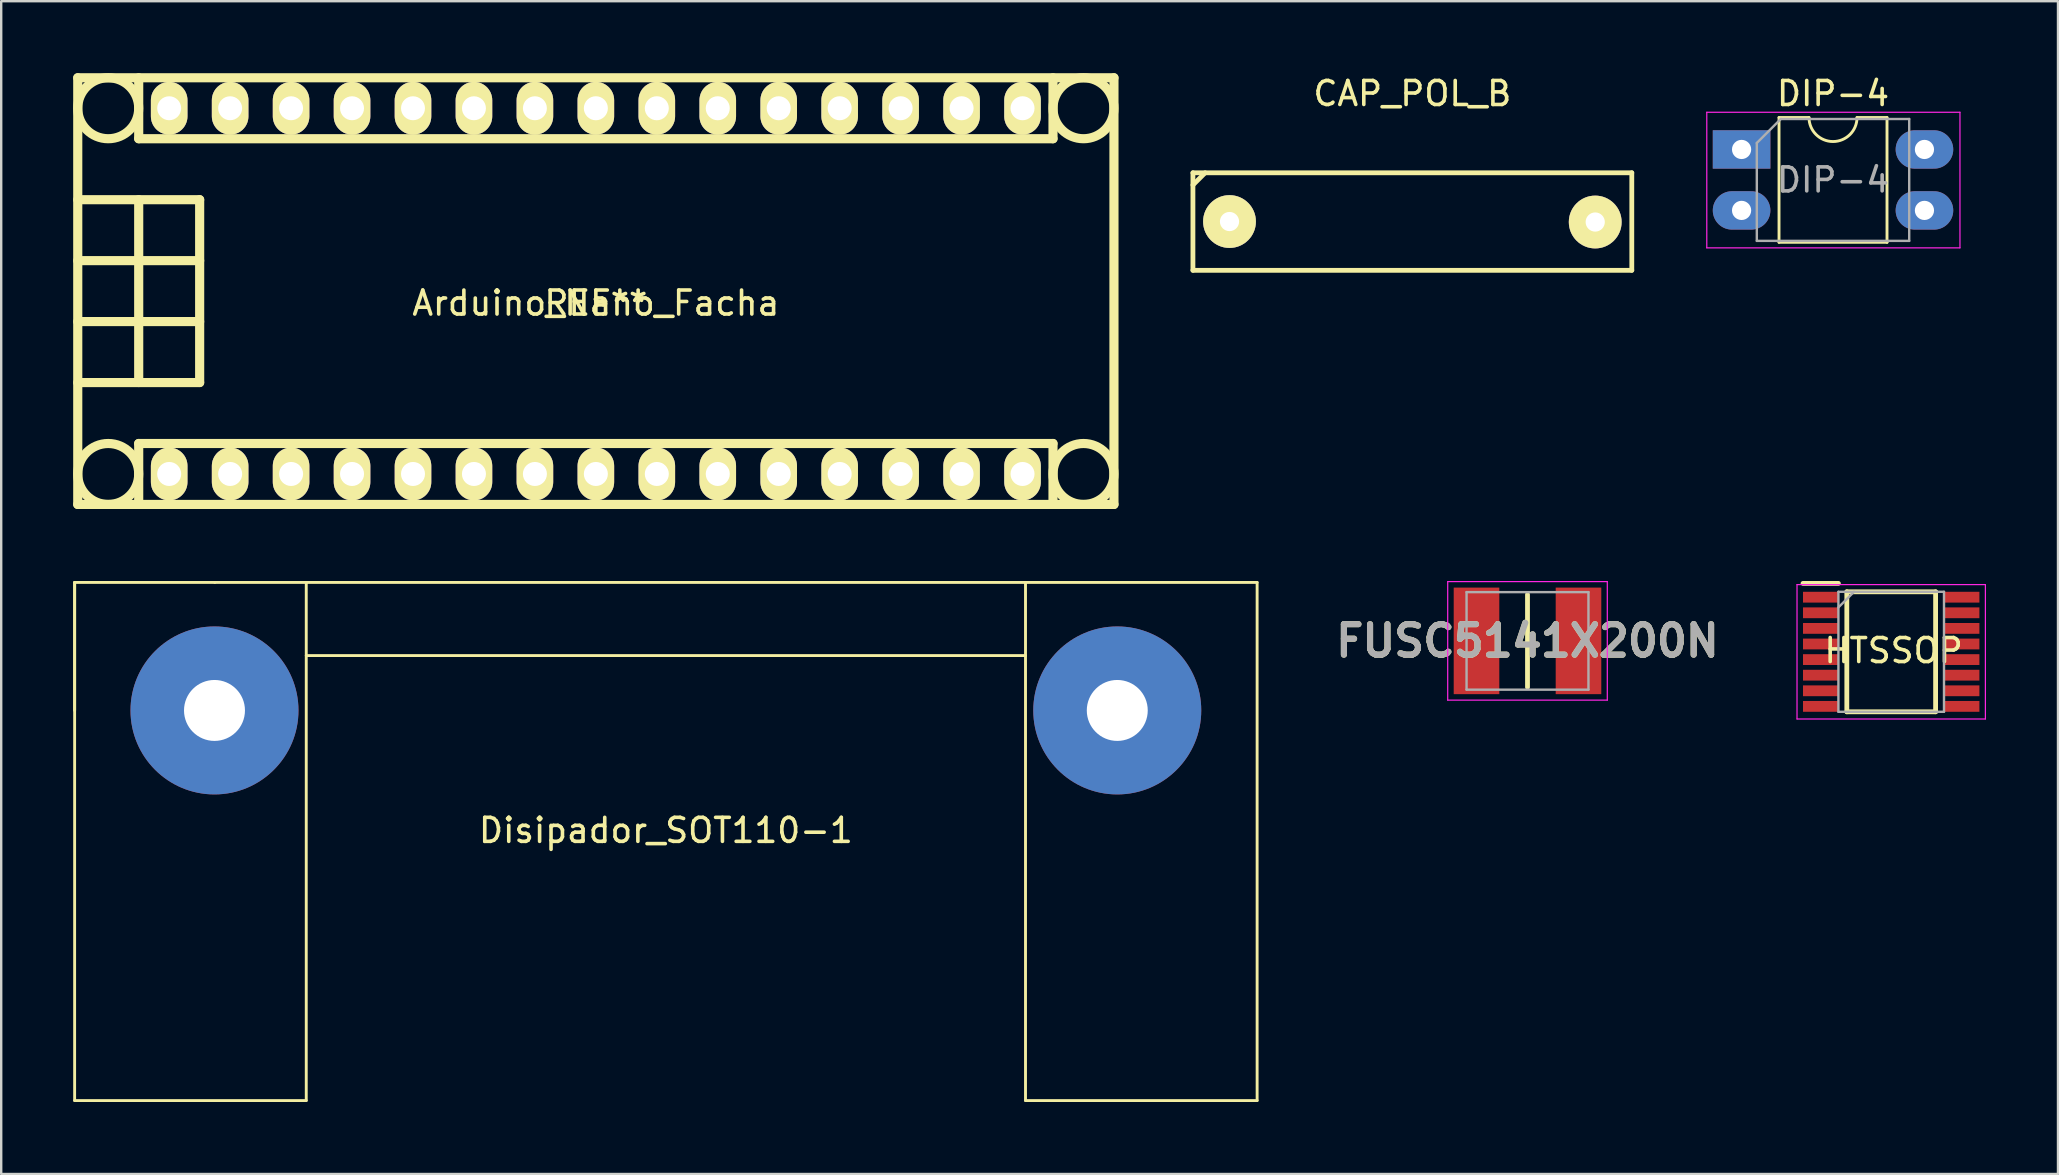
<source format=kicad_pcb>
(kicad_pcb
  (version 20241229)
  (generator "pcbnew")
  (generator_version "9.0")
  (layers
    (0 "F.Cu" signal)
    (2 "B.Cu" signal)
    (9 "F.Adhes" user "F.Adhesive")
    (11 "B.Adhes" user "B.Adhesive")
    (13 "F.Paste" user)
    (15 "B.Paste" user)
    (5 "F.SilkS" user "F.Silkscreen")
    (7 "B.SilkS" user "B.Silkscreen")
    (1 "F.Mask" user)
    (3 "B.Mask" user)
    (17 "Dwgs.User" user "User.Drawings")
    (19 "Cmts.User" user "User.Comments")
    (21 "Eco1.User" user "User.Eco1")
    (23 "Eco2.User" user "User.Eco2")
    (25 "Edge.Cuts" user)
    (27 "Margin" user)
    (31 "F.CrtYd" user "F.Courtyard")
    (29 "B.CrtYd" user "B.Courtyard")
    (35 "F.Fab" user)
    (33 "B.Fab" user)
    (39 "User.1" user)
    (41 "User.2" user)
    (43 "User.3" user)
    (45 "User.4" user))
  (footprint "FUSC5141X200N"
    (layer "F.Cu")
    (at 60.603 23.656)
    (property "Reference" "FUSC5141X200N" (at 0 0 0) (layer "F.SilkS") (effects (font (size 1.27 1.27) (thickness 0.254))))
    (attr smd)
    (fp_line (start 0 -1.932) (end 0 1.932) (stroke (width 0.2) (type solid)) (layer "F.SilkS"))
    (fp_line (start -3.325 -2.47) (end 3.325 -2.47) (stroke (width 0.05) (type solid)) (layer "F.CrtYd"))
    (fp_line (start -3.325 2.47) (end -3.325 -2.47) (stroke (width 0.05) (type solid)) (layer "F.CrtYd"))
    (fp_line (start 3.325 -2.47) (end 3.325 2.47) (stroke (width 0.05) (type solid)) (layer "F.CrtYd"))
    (fp_line (start 3.325 2.47) (end -3.325 2.47) (stroke (width 0.05) (type solid)) (layer "F.CrtYd"))
    (fp_line (start -2.54 -2.032) (end 2.54 -2.032) (stroke (width 0.1) (type solid)) (layer "F.Fab"))
    (fp_line (start -2.54 2.032) (end -2.54 -2.032) (stroke (width 0.1) (type solid)) (layer "F.Fab"))
    (fp_line (start 2.54 -2.032) (end 2.54 2.032) (stroke (width 0.1) (type solid)) (layer "F.Fab"))
    (fp_line (start 2.54 2.032) (end -2.54 2.032) (stroke (width 0.1) (type solid)) (layer "F.Fab"))
    (fp_text user "${REFERENCE}" (at 0 0 0) (layer "F.Fab") (effects (font (size 1.27 1.27) (thickness 0.254))))
    (pad "1" smd rect (at -2.125 0) (size 1.9 4.44) (layers "F.Cu" "F.Mask" "F.Paste"))
    (pad "2" smd rect (at 2.125 0) (size 1.9 4.44) (layers "F.Cu" "F.Mask" "F.Paste")))
  (footprint "Arduino_Nano_Facha"
    (layer "F.Cu")
    (at 21.78 9.081)
    (property "Reference" "Arduino_Nano_Facha" (at 0 0.5 0) (layer "F.SilkS") (effects (font (size 1 1) (thickness 0.15))))
    (attr through_hole)
    (fp_line (start -21.59 -3.81) (end -16.51 -3.81) (stroke (width 0.381) (type solid)) (layer "F.SilkS"))
    (fp_line (start -21.59 8.89) (end -21.59 -8.89) (stroke (width 0.381) (type solid)) (layer "F.SilkS"))
    (fp_line (start -21.59 8.89) (end 21.59 8.89) (stroke (width 0.381) (type solid)) (layer "F.SilkS"))
    (fp_line (start -19.05 -8.89) (end -19.05 -6.35) (stroke (width 0.381) (type solid)) (layer "F.SilkS"))
    (fp_line (start -19.05 -3.81) (end -19.05 3.81) (stroke (width 0.381) (type solid)) (layer "F.SilkS"))
    (fp_line (start -19.05 6.35) (end 19.05 6.35) (stroke (width 0.381) (type solid)) (layer "F.SilkS"))
    (fp_line (start -19.05 8.89) (end -19.05 6.35) (stroke (width 0.381) (type solid)) (layer "F.SilkS"))
    (fp_line (start -16.51 -3.81) (end -16.51 3.81) (stroke (width 0.381) (type solid)) (layer "F.SilkS"))
    (fp_line (start -16.51 -1.27) (end -21.59 -1.27) (stroke (width 0.381) (type solid)) (layer "F.SilkS"))
    (fp_line (start -16.51 1.27) (end -21.59 1.27) (stroke (width 0.381) (type solid)) (layer "F.SilkS"))
    (fp_line (start -16.51 3.81) (end -21.59 3.81) (stroke (width 0.381) (type solid)) (layer "F.SilkS"))
    (fp_line (start 19.05 -6.35) (end -19.05 -6.35) (stroke (width 0.381) (type solid)) (layer "F.SilkS"))
    (fp_line (start 19.05 -6.35) (end 19.05 -8.89) (stroke (width 0.381) (type solid)) (layer "F.SilkS"))
    (fp_line (start 19.05 8.89) (end 19.05 6.35) (stroke (width 0.381) (type solid)) (layer "F.SilkS"))
    (fp_line (start 21.59 -8.89) (end -21.59 -8.89) (stroke (width 0.381) (type solid)) (layer "F.SilkS"))
    (fp_line (start 21.59 8.89) (end 21.59 -8.89) (stroke (width 0.381) (type solid)) (layer "F.SilkS"))
    (fp_circle (center -20.32 -7.62) (end -21.59 -7.62) (stroke (width 0.381) (type solid)) (fill no) (layer "F.SilkS"))
    (fp_circle (center -20.32 7.62) (end -21.59 7.62) (stroke (width 0.381) (type solid)) (fill no) (layer "F.SilkS"))
    (fp_circle (center 20.32 -7.62) (end 21.59 -7.62) (stroke (width 0.381) (type solid)) (fill no) (layer "F.SilkS"))
    (fp_circle (center 20.32 7.62) (end 21.59 7.62) (stroke (width 0.381) (type solid)) (fill no) (layer "F.SilkS"))
    (fp_text user "REF**" (at 0 0.5 0) (layer "F.SilkS") (effects (font (size 1 1) (thickness 0.15))))
    (pad "1" thru_hole oval (at -17.78 7.62) (size 1.524 2.2) (drill 1.001) (layers "*.Cu" "*.Mask" "F.SilkS"))
    (pad "2" thru_hole oval (at -15.24 7.62) (size 1.524 2.2) (drill 1.001) (layers "*.Cu" "*.Mask" "F.SilkS"))
    (pad "3" thru_hole oval (at -12.7 7.62) (size 1.524 2.2) (drill 1.001) (layers "*.Cu" "*.Mask" "F.SilkS"))
    (pad "4" thru_hole oval (at -10.16 7.62) (size 1.524 2.2) (drill 1.001) (layers "*.Cu" "*.Mask" "F.SilkS"))
    (pad "5" thru_hole oval (at -7.62 7.62) (size 1.524 2.2) (drill 1.001) (layers "*.Cu" "*.Mask" "F.SilkS"))
    (pad "6" thru_hole oval (at -5.08 7.62) (size 1.524 2.2) (drill 1.001) (layers "*.Cu" "*.Mask" "F.SilkS"))
    (pad "7" thru_hole oval (at -2.54 7.62) (size 1.524 2.2) (drill 1.001) (layers "*.Cu" "*.Mask" "F.SilkS"))
    (pad "8" thru_hole oval (at 0 7.62) (size 1.524 2.2) (drill 1.001) (layers "*.Cu" "*.Mask" "F.SilkS"))
    (pad "9" thru_hole oval (at 2.54 7.62) (size 1.524 2.2) (drill 1.001) (layers "*.Cu" "*.Mask" "F.SilkS"))
    (pad "10" thru_hole oval (at 5.08 7.62) (size 1.524 2.2) (drill 1.001) (layers "*.Cu" "*.Mask" "F.SilkS"))
    (pad "11" thru_hole oval (at 7.62 7.62) (size 1.524 2.2) (drill 1.001) (layers "*.Cu" "*.Mask" "F.SilkS"))
    (pad "12" thru_hole oval (at 10.16 7.62) (size 1.524 2.2) (drill 1.001) (layers "*.Cu" "*.Mask" "F.SilkS"))
    (pad "13" thru_hole oval (at 12.7 7.62) (size 1.524 2.2) (drill 1.001) (layers "*.Cu" "*.Mask" "F.SilkS"))
    (pad "14" thru_hole oval (at 15.24 7.62) (size 1.524 2.2) (drill 1.001) (layers "*.Cu" "*.Mask" "F.SilkS"))
    (pad "15" thru_hole oval (at 17.78 7.62) (size 1.524 2.2) (drill 1.001) (layers "*.Cu" "*.Mask" "F.SilkS"))
    (pad "16" thru_hole oval (at 17.78 -7.62) (size 1.524 2.2) (drill 1.001) (layers "*.Cu" "*.Mask" "F.SilkS"))
    (pad "17" thru_hole oval (at 15.24 -7.62) (size 1.524 2.2) (drill 1.001) (layers "*.Cu" "*.Mask" "F.SilkS"))
    (pad "18" thru_hole oval (at 12.7 -7.62) (size 1.524 2.2) (drill 1.001) (layers "*.Cu" "*.Mask" "F.SilkS"))
    (pad "19" thru_hole oval (at 10.16 -7.62) (size 1.524 2.2) (drill 1.001) (layers "*.Cu" "*.Mask" "F.SilkS"))
    (pad "20" thru_hole oval (at 7.62 -7.62) (size 1.524 2.197) (drill 1.001) (layers "*.Cu" "*.Mask" "F.SilkS"))
    (pad "21" thru_hole oval (at 5.08 -7.62) (size 1.524 2.197) (drill 1.001) (layers "*.Cu" "*.Mask" "F.SilkS"))
    (pad "22" thru_hole oval (at 2.54 -7.62) (size 1.524 2.197) (drill 1.001) (layers "*.Cu" "*.Mask" "F.SilkS"))
    (pad "23" thru_hole oval (at 0 -7.62) (size 1.524 2.197) (drill 1.001) (layers "*.Cu" "*.Mask" "F.SilkS"))
    (pad "24" thru_hole oval (at -2.54 -7.62) (size 1.524 2.197) (drill 0.998) (layers "*.Cu" "*.Mask" "F.SilkS"))
    (pad "25" thru_hole oval (at -5.08 -7.62) (size 1.524 2.197) (drill 0.998) (layers "*.Cu" "*.Mask" "F.SilkS"))
    (pad "26" thru_hole oval (at -7.62 -7.62) (size 1.524 2.197) (drill 0.998) (layers "*.Cu" "*.Mask" "F.SilkS"))
    (pad "27" thru_hole oval (at -10.16 -7.62) (size 1.524 2.197) (drill 0.998) (layers "*.Cu" "*.Mask" "F.SilkS"))
    (pad "28" thru_hole oval (at -12.7 -7.62) (size 1.524 2.197) (drill 0.998) (layers "*.Cu" "*.Mask" "F.SilkS"))
    (pad "29" thru_hole oval (at -15.24 -7.62) (size 1.524 2.197) (drill 0.998) (layers "*.Cu" "*.Mask" "F.SilkS"))
    (pad "30" thru_hole oval (at -17.78 -7.62) (size 1.524 2.197) (drill 0.998) (layers "*.Cu" "*.Mask" "F.SilkS")))
  (footprint "Disipador_SOT110-1"
    (layer "F.Cu")
    (at 24.698 26.555)
    (property "Reference" "Disipador_SOT110-1" (at 0 5 0) (layer "F.SilkS") (effects (font (size 1 1) (thickness 0.15))))
    (attr through_hole)
    (fp_line (start -24.638 -5.334) (end -24.638 0) (stroke (width 0.12) (type solid)) (layer "F.SilkS"))
    (fp_line (start -24.638 -5.334) (end -24.638 16.256) (stroke (width 0.12) (type solid)) (layer "F.SilkS"))
    (fp_line (start -24.638 16.256) (end -14.986 16.256) (stroke (width 0.12) (type solid)) (layer "F.SilkS"))
    (fp_line (start -18.796 -5.334) (end -24.638 -5.334) (stroke (width 0.12) (type solid)) (layer "F.SilkS"))
    (fp_line (start -14.986 -5.334) (end -18.796 -5.334) (stroke (width 0.12) (type solid)) (layer "F.SilkS"))
    (fp_line (start -14.986 -5.334) (end 24.638 -5.334) (stroke (width 0.12) (type solid)) (layer "F.SilkS"))
    (fp_line (start -14.986 -2.286) (end 14.986 -2.286) (stroke (width 0.12) (type solid)) (layer "F.SilkS"))
    (fp_line (start -14.986 16.256) (end -14.986 -5.334) (stroke (width 0.12) (type solid)) (layer "F.SilkS"))
    (fp_line (start 14.986 16.256) (end 14.986 -5.334) (stroke (width 0.12) (type solid)) (layer "F.SilkS"))
    (fp_line (start 14.986 16.256) (end 24.638 16.256) (stroke (width 0.12) (type solid)) (layer "F.SilkS"))
    (fp_line (start 24.638 16.256) (end 24.638 -5.334) (stroke (width 0.12) (type solid)) (layer "F.SilkS"))
    (pad "1" thru_hole circle (at -18.81 0) (size 7 7) (drill 2.54) (layers "*.Cu" "*.Mask"))
    (pad "2" thru_hole circle (at 18.81 0) (size 7 7) (drill 2.54) (layers "*.Cu" "*.Mask")))
  (footprint "HTSSOP"
    (layer "F.Cu")
    (at 75.759 24.111)
    (property "Reference" "HTSSOP" (at 0.1 -0.05 0) (layer "F.SilkS") (effects (font (size 1 1) (thickness 0.15))))
    (attr through_hole)
    (fp_line (start -3.675 -2.85) (end -2.2 -2.85) (stroke (width 0.2) (type solid)) (layer "F.SilkS"))
    (fp_line (start -1.85 -2.5) (end 1.85 -2.5) (stroke (width 0.2) (type solid)) (layer "F.SilkS"))
    (fp_line (start -1.85 2.5) (end -1.85 -2.5) (stroke (width 0.2) (type solid)) (layer "F.SilkS"))
    (fp_line (start 1.85 -2.5) (end 1.85 2.5) (stroke (width 0.2) (type solid)) (layer "F.SilkS"))
    (fp_line (start 1.85 2.5) (end -1.85 2.5) (stroke (width 0.2) (type solid)) (layer "F.SilkS"))
    (fp_line (start -3.925 -2.8) (end 3.925 -2.8) (stroke (width 0.05) (type solid)) (layer "F.CrtYd"))
    (fp_line (start -3.925 2.8) (end -3.925 -2.8) (stroke (width 0.05) (type solid)) (layer "F.CrtYd"))
    (fp_line (start 3.925 -2.8) (end 3.925 2.8) (stroke (width 0.05) (type solid)) (layer "F.CrtYd"))
    (fp_line (start 3.925 2.8) (end -3.925 2.8) (stroke (width 0.05) (type solid)) (layer "F.CrtYd"))
    (fp_line (start -2.2 -2.5) (end 2.2 -2.5) (stroke (width 0.1) (type solid)) (layer "F.Fab"))
    (fp_line (start -2.2 -1.85) (end -1.55 -2.5) (stroke (width 0.1) (type solid)) (layer "F.Fab"))
    (fp_line (start -2.2 2.5) (end -2.2 -2.5) (stroke (width 0.1) (type solid)) (layer "F.Fab"))
    (fp_line (start 2.2 -2.5) (end 2.2 2.5) (stroke (width 0.1) (type solid)) (layer "F.Fab"))
    (fp_line (start 2.2 2.5) (end -2.2 2.5) (stroke (width 0.1) (type solid)) (layer "F.Fab"))
    (pad "1" smd rect (at -2.938 -2.275 90) (size 0.45 1.475) (layers "F.Cu" "F.Mask" "F.Paste"))
    (pad "2" smd rect (at -2.938 -1.625 90) (size 0.45 1.475) (layers "F.Cu" "F.Mask" "F.Paste"))
    (pad "3" smd rect (at -2.938 -0.975 90) (size 0.45 1.475) (layers "F.Cu" "F.Mask" "F.Paste"))
    (pad "4" smd rect (at -2.938 -0.325 90) (size 0.45 1.475) (layers "F.Cu" "F.Mask" "F.Paste"))
    (pad "5" smd rect (at -2.938 0.325 90) (size 0.45 1.475) (layers "F.Cu" "F.Mask" "F.Paste"))
    (pad "6" smd rect (at -2.938 0.975 90) (size 0.45 1.475) (layers "F.Cu" "F.Mask" "F.Paste"))
    (pad "7" smd rect (at -2.938 1.625 90) (size 0.45 1.475) (layers "F.Cu" "F.Mask" "F.Paste"))
    (pad "8" smd rect (at -2.938 2.275 90) (size 0.45 1.475) (layers "F.Cu" "F.Mask" "F.Paste"))
    (pad "9" smd rect (at 2.938 2.275 90) (size 0.45 1.475) (layers "F.Cu" "F.Mask" "F.Paste"))
    (pad "10" smd rect (at 2.938 1.625 90) (size 0.45 1.475) (layers "F.Cu" "F.Mask" "F.Paste"))
    (pad "11" smd rect (at 2.938 0.975 90) (size 0.45 1.475) (layers "F.Cu" "F.Mask" "F.Paste"))
    (pad "12" smd rect (at 2.938 0.325 90) (size 0.45 1.475) (layers "F.Cu" "F.Mask" "F.Paste"))
    (pad "13" smd rect (at 2.938 -0.325 90) (size 0.45 1.475) (layers "F.Cu" "F.Mask" "F.Paste"))
    (pad "14" smd rect (at 2.938 -0.975 90) (size 0.45 1.475) (layers "F.Cu" "F.Mask" "F.Paste"))
    (pad "15" smd rect (at 2.938 -1.625 90) (size 0.45 1.475) (layers "F.Cu" "F.Mask" "F.Paste"))
    (pad "16" smd rect (at 2.938 -2.275 90) (size 0.45 1.475) (layers "F.Cu" "F.Mask" "F.Paste")))
  (footprint "CAP_POL_B"
    (layer "F.Cu")
    (at 55.805 6.182)
    (property "Reference" "CAP_POL_B" (at 0 -5.334 0) (unlocked yes) (layer "F.SilkS") (effects (font (size 1 1) (thickness 0.15))))
    (attr through_hole)
    (fp_line (start -9.144 -2.032) (end 9.144 -2.032) (stroke (width 0.2) (type solid)) (layer "F.SilkS"))
    (fp_line (start -9.144 -1.524) (end -8.636 -2.032) (stroke (width 0.2) (type solid)) (layer "F.SilkS"))
    (fp_line (start -9.144 2.032) (end -9.144 -2.032) (stroke (width 0.2) (type solid)) (layer "F.SilkS"))
    (fp_line (start 9.144 -2.032) (end 9.144 2.032) (stroke (width 0.2) (type solid)) (layer "F.SilkS"))
    (fp_line (start 9.144 2.032) (end -9.144 2.032) (stroke (width 0.2) (type solid)) (layer "F.SilkS"))
    (pad "1" thru_hole circle (at -7.62 0 90) (size 2.2 2.2) (drill 0.8) (layers "*.Cu" "*.Mask" "F.SilkS"))
    (pad "2" thru_hole circle (at 7.62 0.02 90) (size 2.2 2.2) (drill 0.8) (layers "*.Cu" "*.Mask" "F.SilkS")))
  (footprint "DIP-4"
    (layer "F.Cu")
    (at 69.524 3.178)
    (property "Reference" "DIP-4" (at 3.81 -2.33 0) (layer "F.SilkS") (effects (font (size 1 1) (thickness 0.15))))
    (attr through_hole)
    (fp_line (start 1.56 -1.33) (end 1.56 3.87) (stroke (width 0.12) (type solid)) (layer "F.SilkS"))
    (fp_line (start 1.56 3.87) (end 6.06 3.87) (stroke (width 0.12) (type solid)) (layer "F.SilkS"))
    (fp_line (start 2.81 -1.33) (end 1.56 -1.33) (stroke (width 0.12) (type solid)) (layer "F.SilkS"))
    (fp_line (start 6.06 -1.33) (end 4.81 -1.33) (stroke (width 0.12) (type solid)) (layer "F.SilkS"))
    (fp_line (start 6.06 3.87) (end 6.06 -1.33) (stroke (width 0.12) (type solid)) (layer "F.SilkS"))
    (fp_arc (start 4.81 -1.33) (mid 3.81 -0.33) (end 2.81 -1.33) (stroke (width 0.12) (type solid)) (layer "F.SilkS"))
    (fp_line (start -1.45 -1.55) (end -1.45 4.1) (stroke (width 0.05) (type solid)) (layer "F.CrtYd"))
    (fp_line (start -1.45 4.1) (end 9.1 4.1) (stroke (width 0.05) (type solid)) (layer "F.CrtYd"))
    (fp_line (start 9.1 -1.55) (end -1.45 -1.55) (stroke (width 0.05) (type solid)) (layer "F.CrtYd"))
    (fp_line (start 9.1 4.1) (end 9.1 -1.55) (stroke (width 0.05) (type solid)) (layer "F.CrtYd"))
    (fp_line (start 0.635 -0.27) (end 1.635 -1.27) (stroke (width 0.1) (type solid)) (layer "F.Fab"))
    (fp_line (start 0.635 3.81) (end 0.635 -0.27) (stroke (width 0.1) (type solid)) (layer "F.Fab"))
    (fp_line (start 1.635 -1.27) (end 6.985 -1.27) (stroke (width 0.1) (type solid)) (layer "F.Fab"))
    (fp_line (start 6.985 -1.27) (end 6.985 3.81) (stroke (width 0.1) (type solid)) (layer "F.Fab"))
    (fp_line (start 6.985 3.81) (end 0.635 3.81) (stroke (width 0.1) (type solid)) (layer "F.Fab"))
    (fp_text user "${REFERENCE}" (at 3.81 1.27 0) (layer "F.Fab") (effects (font (size 1 1) (thickness 0.15))))
    (pad "1" thru_hole rect (at 0 0) (size 2.4 1.6) (drill 0.8) (layers "*.Cu" "*.Mask"))
    (pad "2" thru_hole oval (at 0 2.54) (size 2.4 1.6) (drill 0.8) (layers "*.Cu" "*.Mask"))
    (pad "3" thru_hole oval (at 7.62 2.54) (size 2.4 1.6) (drill 0.8) (layers "*.Cu" "*.Mask"))
    (pad "4" thru_hole oval (at 7.62 0) (size 2.4 1.6) (drill 0.8) (layers "*.Cu" "*.Mask")))
  (gr_rect
    (start -3 -3)
    (end 82.709 45.871)
    (stroke (width 0.1) (type default))
    (fill no)
    (layer "Edge.Cuts")))
</source>
